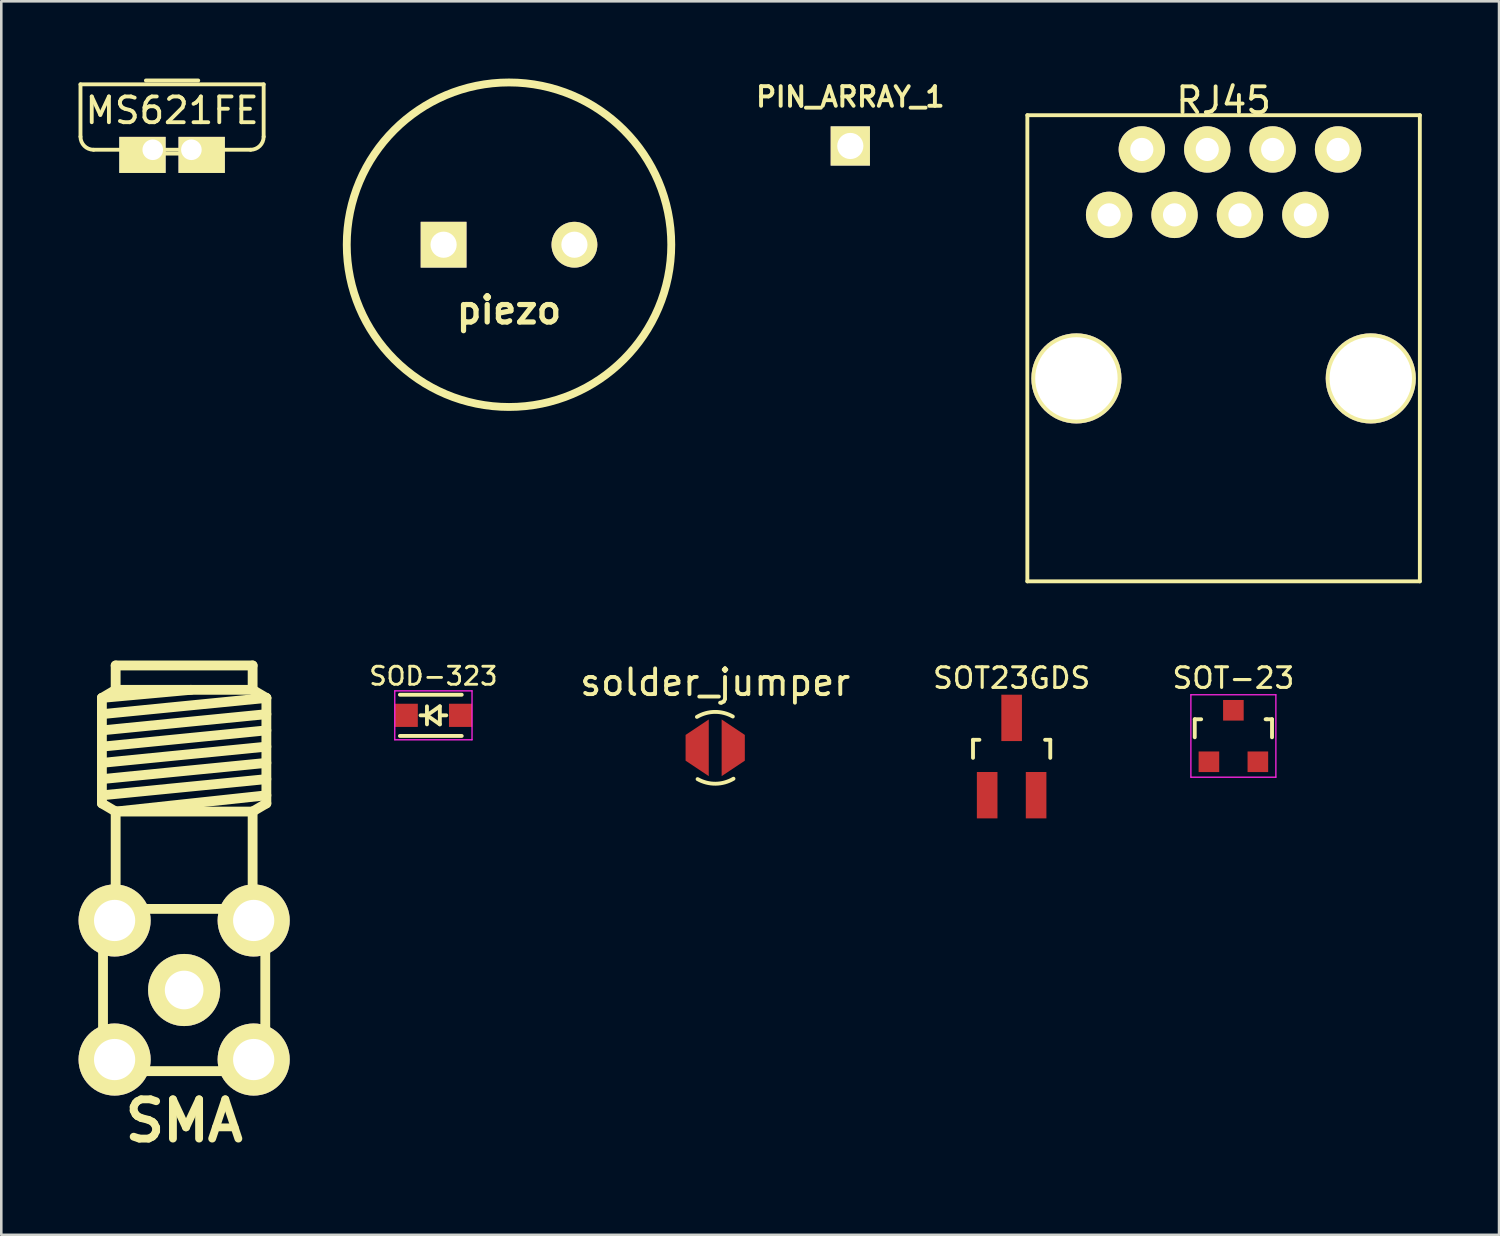
<source format=kicad_pcb>
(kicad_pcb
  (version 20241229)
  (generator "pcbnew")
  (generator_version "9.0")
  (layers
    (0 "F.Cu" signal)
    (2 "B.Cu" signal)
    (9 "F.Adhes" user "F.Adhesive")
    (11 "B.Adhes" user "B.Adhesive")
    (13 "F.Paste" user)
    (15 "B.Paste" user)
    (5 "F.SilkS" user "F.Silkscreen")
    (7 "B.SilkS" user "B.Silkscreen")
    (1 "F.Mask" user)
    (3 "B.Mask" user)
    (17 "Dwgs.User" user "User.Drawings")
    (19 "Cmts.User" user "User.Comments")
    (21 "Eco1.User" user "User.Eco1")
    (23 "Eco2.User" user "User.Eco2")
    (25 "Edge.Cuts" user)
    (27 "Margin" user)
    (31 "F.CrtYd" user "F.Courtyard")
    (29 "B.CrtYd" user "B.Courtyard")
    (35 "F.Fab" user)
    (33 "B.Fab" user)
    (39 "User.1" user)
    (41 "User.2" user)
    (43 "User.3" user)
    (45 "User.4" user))
  (footprint "SOT-23"
    (layer "F.Cu")
    (at 44.84 25.527)
    (property "Reference" "SOT-23" (at 0 -2.25 0) (layer "F.SilkS") (effects (font (size 0.8 0.8) (thickness 0.12))))
    (attr smd)
    (fp_line (start -1.5 -0.65) (end -1.251 -0.65) (stroke (width 0.15) (type solid)) (layer "F.SilkS"))
    (fp_line (start -1.5 0.051) (end -1.5 -0.65) (stroke (width 0.15) (type solid)) (layer "F.SilkS"))
    (fp_line (start 1.299 -0.65) (end 1.251 -0.65) (stroke (width 0.15) (type solid)) (layer "F.SilkS"))
    (fp_line (start 1.299 -0.65) (end 1.5 -0.65) (stroke (width 0.15) (type solid)) (layer "F.SilkS"))
    (fp_line (start 1.5 -0.65) (end 1.5 0.051) (stroke (width 0.15) (type solid)) (layer "F.SilkS"))
    (fp_line (start -1.65 -1.6) (end 1.65 -1.6) (stroke (width 0.05) (type solid)) (layer "F.CrtYd"))
    (fp_line (start -1.65 1.6) (end -1.65 -1.6) (stroke (width 0.05) (type solid)) (layer "F.CrtYd"))
    (fp_line (start 1.65 -1.6) (end 1.65 1.6) (stroke (width 0.05) (type solid)) (layer "F.CrtYd"))
    (fp_line (start 1.65 1.6) (end -1.65 1.6) (stroke (width 0.05) (type solid)) (layer "F.CrtYd"))
    (pad "1" smd rect (at -0.95 1.001) (size 0.8 0.8) (layers "F.Cu" "F.Mask" "F.Paste"))
    (pad "2" smd rect (at 0.95 1.001) (size 0.8 0.8) (layers "F.Cu" "F.Mask" "F.Paste"))
    (pad "3" smd rect (at 0 -0.998) (size 0.8 0.8) (layers "F.Cu" "F.Mask" "F.Paste")))
  (footprint "RJ45"
    (layer "F.Cu")
    (at 44.46 2.753)
    (property "Reference" "RJ45" (at 0 -1.905 0) (layer "F.SilkS") (effects (font (size 1 1) (thickness 0.15))))
    (attr through_hole)
    (fp_line (start -7.62 -1.33) (end -7.62 16.77) (stroke (width 0.15) (type solid)) (layer "F.SilkS"))
    (fp_line (start -7.62 -1.33) (end 7.62 -1.33) (stroke (width 0.15) (type solid)) (layer "F.SilkS"))
    (fp_line (start -7.62 16.77) (end 7.62 16.77) (stroke (width 0.15) (type solid)) (layer "F.SilkS"))
    (fp_line (start 7.62 16.77) (end 7.62 -1.33) (stroke (width 0.15) (type solid)) (layer "F.SilkS"))
    (pad "" np_thru_hole circle (at -5.715 8.89) (size 3.5 3.5) (drill 3.2) (layers "*.Cu" "*.Mask" "F.SilkS"))
    (pad "" np_thru_hole circle (at 5.715 8.89) (size 3.5 3.5) (drill 3.2) (layers "*.Cu" "*.Mask" "F.SilkS"))
    (pad "1" thru_hole circle (at -4.445 2.54) (size 1.8 1.8) (drill 0.9) (layers "*.Cu" "*.Mask" "F.SilkS"))
    (pad "2" thru_hole circle (at -3.175 0) (size 1.8 1.8) (drill 0.9) (layers "*.Cu" "*.Mask" "F.SilkS"))
    (pad "3" thru_hole circle (at -1.905 2.54) (size 1.8 1.8) (drill 0.9) (layers "*.Cu" "*.Mask" "F.SilkS"))
    (pad "4" thru_hole circle (at -0.635 0) (size 1.8 1.8) (drill 0.9) (layers "*.Cu" "*.Mask" "F.SilkS"))
    (pad "5" thru_hole circle (at 0.635 2.54) (size 1.8 1.8) (drill 0.9) (layers "*.Cu" "*.Mask" "F.SilkS"))
    (pad "6" thru_hole circle (at 1.905 0) (size 1.8 1.8) (drill 0.9) (layers "*.Cu" "*.Mask" "F.SilkS"))
    (pad "7" thru_hole circle (at 3.175 2.54) (size 1.8 1.8) (drill 0.9) (layers "*.Cu" "*.Mask" "F.SilkS"))
    (pad "8" thru_hole circle (at 4.445 0) (size 1.8 1.8) (drill 0.9) (layers "*.Cu" "*.Mask" "F.SilkS")))
  (footprint "PIN_ARRAY_1"
    (layer "F.Cu")
    (at 29.966 2.618)
    (property "Reference" "PIN_ARRAY_1" (at 0 -1.905 0) (layer "F.SilkS") (effects (font (size 0.762 0.762) (thickness 0.152))))
    (attr through_hole)
    (pad "1" thru_hole rect (at 0 0) (size 1.524 1.524) (drill 1.016) (layers "*.Cu" "*.Mask" "F.SilkS")))
  (footprint "SOT23GDS"
    (layer "F.Cu")
    (at 36.23 26.325)
    (property "Reference" "SOT23GDS" (at 0 -3.048 0) (layer "F.SilkS") (effects (font (size 0.8 0.8) (thickness 0.12))))
    (attr smd)
    (fp_line (start -1.5 -0.65) (end -1.251 -0.65) (stroke (width 0.15) (type solid)) (layer "F.SilkS"))
    (fp_line (start -1.5 0.051) (end -1.5 -0.65) (stroke (width 0.15) (type solid)) (layer "F.SilkS"))
    (fp_line (start 1.299 -0.65) (end 1.5 -0.65) (stroke (width 0.15) (type solid)) (layer "F.SilkS"))
    (fp_line (start 1.5 -0.65) (end 1.5 0.051) (stroke (width 0.15) (type solid)) (layer "F.SilkS"))
    (pad "D" smd rect (at 0 -1.501) (size 0.8 1.801) (layers "F.Cu" "F.Mask" "F.Paste"))
    (pad "G" smd rect (at -0.95 1.501) (size 0.8 1.801) (layers "F.Cu" "F.Mask" "F.Paste"))
    (pad "S" smd rect (at 0.95 1.501) (size 0.8 1.801) (layers "F.Cu" "F.Mask" "F.Paste")))
  (footprint "SMA"
    (layer "F.Cu")
    (at 4.1 35.39)
    (property "Reference" "SMA" (at 0 5.08 0) (layer "F.SilkS") (effects (font (size 1.524 1.524) (thickness 0.305))))
    (attr through_hole)
    (fp_line (start -3.193 -11.341) (end -2.659 -11.656) (stroke (width 0.381) (type solid)) (layer "F.SilkS"))
    (fp_line (start -3.193 -11.341) (end 0.267 -11.656) (stroke (width 0.381) (type solid)) (layer "F.SilkS"))
    (fp_line (start -3.193 -10.711) (end 3.193 -11.341) (stroke (width 0.381) (type solid)) (layer "F.SilkS"))
    (fp_line (start -3.193 -10.081) (end 3.193 -10.711) (stroke (width 0.381) (type solid)) (layer "F.SilkS"))
    (fp_line (start -3.193 -9.449) (end 3.193 -10.081) (stroke (width 0.381) (type solid)) (layer "F.SilkS"))
    (fp_line (start -3.193 -8.819) (end 3.193 -9.449) (stroke (width 0.381) (type solid)) (layer "F.SilkS"))
    (fp_line (start -3.193 -8.189) (end 3.193 -8.819) (stroke (width 0.381) (type solid)) (layer "F.SilkS"))
    (fp_line (start -3.193 -7.559) (end 3.193 -8.189) (stroke (width 0.381) (type solid)) (layer "F.SilkS"))
    (fp_line (start -3.193 -7.244) (end -3.193 -11.341) (stroke (width 0.381) (type solid)) (layer "F.SilkS"))
    (fp_line (start -3.15 -3.15) (end 3.15 -3.15) (stroke (width 0.381) (type solid)) (layer "F.SilkS"))
    (fp_line (start -3.15 3.15) (end -3.15 -3.15) (stroke (width 0.381) (type solid)) (layer "F.SilkS"))
    (fp_line (start -2.659 -11.656) (end -2.659 -12.601) (stroke (width 0.381) (type solid)) (layer "F.SilkS"))
    (fp_line (start -2.659 -11.656) (end 2.659 -11.656) (stroke (width 0.381) (type solid)) (layer "F.SilkS"))
    (fp_line (start -2.659 -6.929) (end -3.193 -7.244) (stroke (width 0.381) (type solid)) (layer "F.SilkS"))
    (fp_line (start -2.659 -3.15) (end -2.659 -6.929) (stroke (width 0.381) (type solid)) (layer "F.SilkS"))
    (fp_line (start 2.659 -12.601) (end -2.659 -12.601) (stroke (width 0.381) (type solid)) (layer "F.SilkS"))
    (fp_line (start 2.659 -11.656) (end 2.659 -12.601) (stroke (width 0.381) (type solid)) (layer "F.SilkS"))
    (fp_line (start 2.659 -11.656) (end 3.193 -11.341) (stroke (width 0.381) (type solid)) (layer "F.SilkS"))
    (fp_line (start 2.659 -6.929) (end -2.659 -6.929) (stroke (width 0.381) (type solid)) (layer "F.SilkS"))
    (fp_line (start 2.659 -3.15) (end 2.659 -6.929) (stroke (width 0.381) (type solid)) (layer "F.SilkS"))
    (fp_line (start 3.15 -3.15) (end 3.15 3.15) (stroke (width 0.381) (type solid)) (layer "F.SilkS"))
    (fp_line (start 3.15 3.15) (end -3.15 3.15) (stroke (width 0.381) (type solid)) (layer "F.SilkS"))
    (fp_line (start 3.193 -11.341) (end 3.193 -7.244) (stroke (width 0.381) (type solid)) (layer "F.SilkS"))
    (fp_line (start 3.193 -7.559) (end -2.659 -6.929) (stroke (width 0.381) (type solid)) (layer "F.SilkS"))
    (fp_line (start 3.193 -7.244) (end 2.659 -6.929) (stroke (width 0.381) (type solid)) (layer "F.SilkS"))
    (pad "1" thru_hole circle (at 0 0) (size 2.8 2.8) (drill 1.5) (layers "*.Cu" "*.Mask" "F.SilkS"))
    (pad "2" thru_hole circle (at -2.7 -2.7) (size 2.8 2.8) (drill 1.6) (layers "*.Cu" "*.Mask" "F.SilkS"))
    (pad "3" thru_hole circle (at 2.7 -2.7) (size 2.8 2.8) (drill 1.6) (layers "*.Cu" "*.Mask" "F.SilkS"))
    (pad "4" thru_hole circle (at 2.7 2.7) (size 2.8 2.8) (drill 1.6) (layers "*.Cu" "*.Mask" "F.SilkS"))
    (pad "5" thru_hole circle (at -2.7 2.7) (size 2.8 2.8) (drill 1.6) (layers "*.Cu" "*.Mask" "F.SilkS")))
  (footprint "MS621FE"
    (layer "F.Cu")
    (at 3.631 2.765)
    (property "Reference" "MS621FE" (at 0 -1.524 0) (layer "F.SilkS") (effects (font (size 1 1) (thickness 0.15))))
    (attr through_hole)
    (fp_line (start -3.556 -2.54) (end -3.556 -0.508) (stroke (width 0.15) (type solid)) (layer "F.SilkS"))
    (fp_line (start -1.016 -2.69) (end 1.016 -2.69) (stroke (width 0.15) (type solid)) (layer "F.SilkS"))
    (fp_line (start -1.016 0.15) (end 1.016 0.15) (stroke (width 0.15) (type solid)) (layer "F.SilkS"))
    (fp_line (start 3.048 0) (end -3.048 0) (stroke (width 0.15) (type solid)) (layer "F.SilkS"))
    (fp_line (start 3.556 -2.54) (end -3.556 -2.54) (stroke (width 0.15) (type solid)) (layer "F.SilkS"))
    (fp_line (start 3.556 -0.508) (end 3.556 -2.54) (stroke (width 0.15) (type solid)) (layer "F.SilkS"))
    (fp_arc (start -3.048 0) (mid -3.40721 -0.14879) (end -3.556 -0.508) (stroke (width 0.15) (type solid)) (layer "F.SilkS"))
    (fp_arc (start 3.556 -0.508) (mid 3.40721 -0.14879) (end 3.048 0) (stroke (width 0.15) (type solid)) (layer "F.SilkS"))
    (pad "1" thru_hole rect (at -0.75 0 90) (size 1.4 1.8) (drill 0.8 (offset -0.2 -0.4)) (layers "*.Cu" "*.Mask" "F.SilkS"))
    (pad "2" thru_hole rect (at 0.75 0 90) (size 1.4 1.8) (drill 0.8 (offset -0.2 0.4)) (layers "*.Cu" "*.Mask" "F.SilkS")))
  (footprint "SOD-323"
    (layer "F.Cu")
    (at 13.778 24.725)
    (property "Reference" "SOD-323" (at 0 -1.524 0) (layer "F.SilkS") (effects (font (size 0.7 0.7) (thickness 0.11))))
    (attr smd)
    (fp_line (start -1.3 -0.8) (end 1.1 -0.8) (stroke (width 0.15) (type solid)) (layer "F.SilkS"))
    (fp_line (start -1.3 0.8) (end 1.1 0.8) (stroke (width 0.15) (type solid)) (layer "F.SilkS"))
    (fp_line (start -0.25 -0.35) (end -0.25 0.35) (stroke (width 0.15) (type solid)) (layer "F.SilkS"))
    (fp_line (start -0.25 0) (end -0.5 0) (stroke (width 0.15) (type solid)) (layer "F.SilkS"))
    (fp_line (start -0.25 0) (end 0.25 -0.35) (stroke (width 0.15) (type solid)) (layer "F.SilkS"))
    (fp_line (start 0.25 -0.35) (end 0.25 0.35) (stroke (width 0.15) (type solid)) (layer "F.SilkS"))
    (fp_line (start 0.25 0) (end 0.5 0) (stroke (width 0.15) (type solid)) (layer "F.SilkS"))
    (fp_line (start 0.25 0.35) (end -0.25 0) (stroke (width 0.15) (type solid)) (layer "F.SilkS"))
    (fp_line (start -1.5 -0.95) (end -1.5 0.95) (stroke (width 0.05) (type solid)) (layer "F.CrtYd"))
    (fp_line (start -1.5 -0.95) (end 1.5 -0.95) (stroke (width 0.05) (type solid)) (layer "F.CrtYd"))
    (fp_line (start -1.5 0.95) (end 1.5 0.95) (stroke (width 0.05) (type solid)) (layer "F.CrtYd"))
    (fp_line (start 1.5 -0.95) (end 1.5 0.95) (stroke (width 0.05) (type solid)) (layer "F.CrtYd"))
    (pad "1" smd rect (at -1.055 0) (size 0.9 0.9) (layers "F.Cu" "F.Mask" "F.Paste"))
    (pad "2" smd rect (at 1.055 0) (size 0.9 0.9) (layers "F.Cu" "F.Mask" "F.Paste")))
  (footprint "solder_jumper"
    (layer "F.Cu")
    (at 24.72 25.986)
    (property "Reference" "solder_jumper" (at 0 -2.54 0) (layer "F.SilkS") (effects (font (size 1 1) (thickness 0.15))))
    (attr through_hole)
    (fp_arc (start -0.71 -1.2) (mid -0.014878 -1.39423) (end 0.68423 -1.214878) (stroke (width 0.15) (type solid)) (layer "F.SilkS"))
    (fp_arc (start 0.71 1.2) (mid 0.014878 1.39423) (end -0.68423 1.214878) (stroke (width 0.15) (type solid)) (layer "F.SilkS"))
    (pad "1" smd trapezoid (at -0.7 0 90) (size 1.6 0.9) (rect_delta 0 0.6) (layers "F.Cu" "F.Mask" "F.Paste"))
    (pad "2" smd trapezoid (at 0.7 0 270) (size 1.6 0.9) (rect_delta 0 0.6) (layers "F.Cu" "F.Mask" "F.Paste")))
  (footprint "piezo"
    (layer "F.Cu")
    (at 16.714 6.452)
    (property "Reference" "piezo" (at 0 2.54 0) (layer "F.SilkS") (effects (font (size 1.016 1.016) (thickness 0.203))))
    (attr through_hole)
    (fp_circle (center 0 0) (end -6.3 0) (stroke (width 0.305) (type solid)) (fill no) (layer "F.SilkS"))
    (pad "1" thru_hole rect (at -2.54 0) (size 1.778 1.778) (drill 1.016) (layers "*.Cu" "*.Mask" "F.SilkS"))
    (pad "2" thru_hole circle (at 2.54 0) (size 1.778 1.778) (drill 1.016) (layers "*.Cu" "*.Mask" "F.SilkS")))
  (gr_rect
    (start -3 -3)
    (end 55.155 44.896)
    (stroke (width 0.1) (type default))
    (fill no)
    (layer "Edge.Cuts")))
</source>
